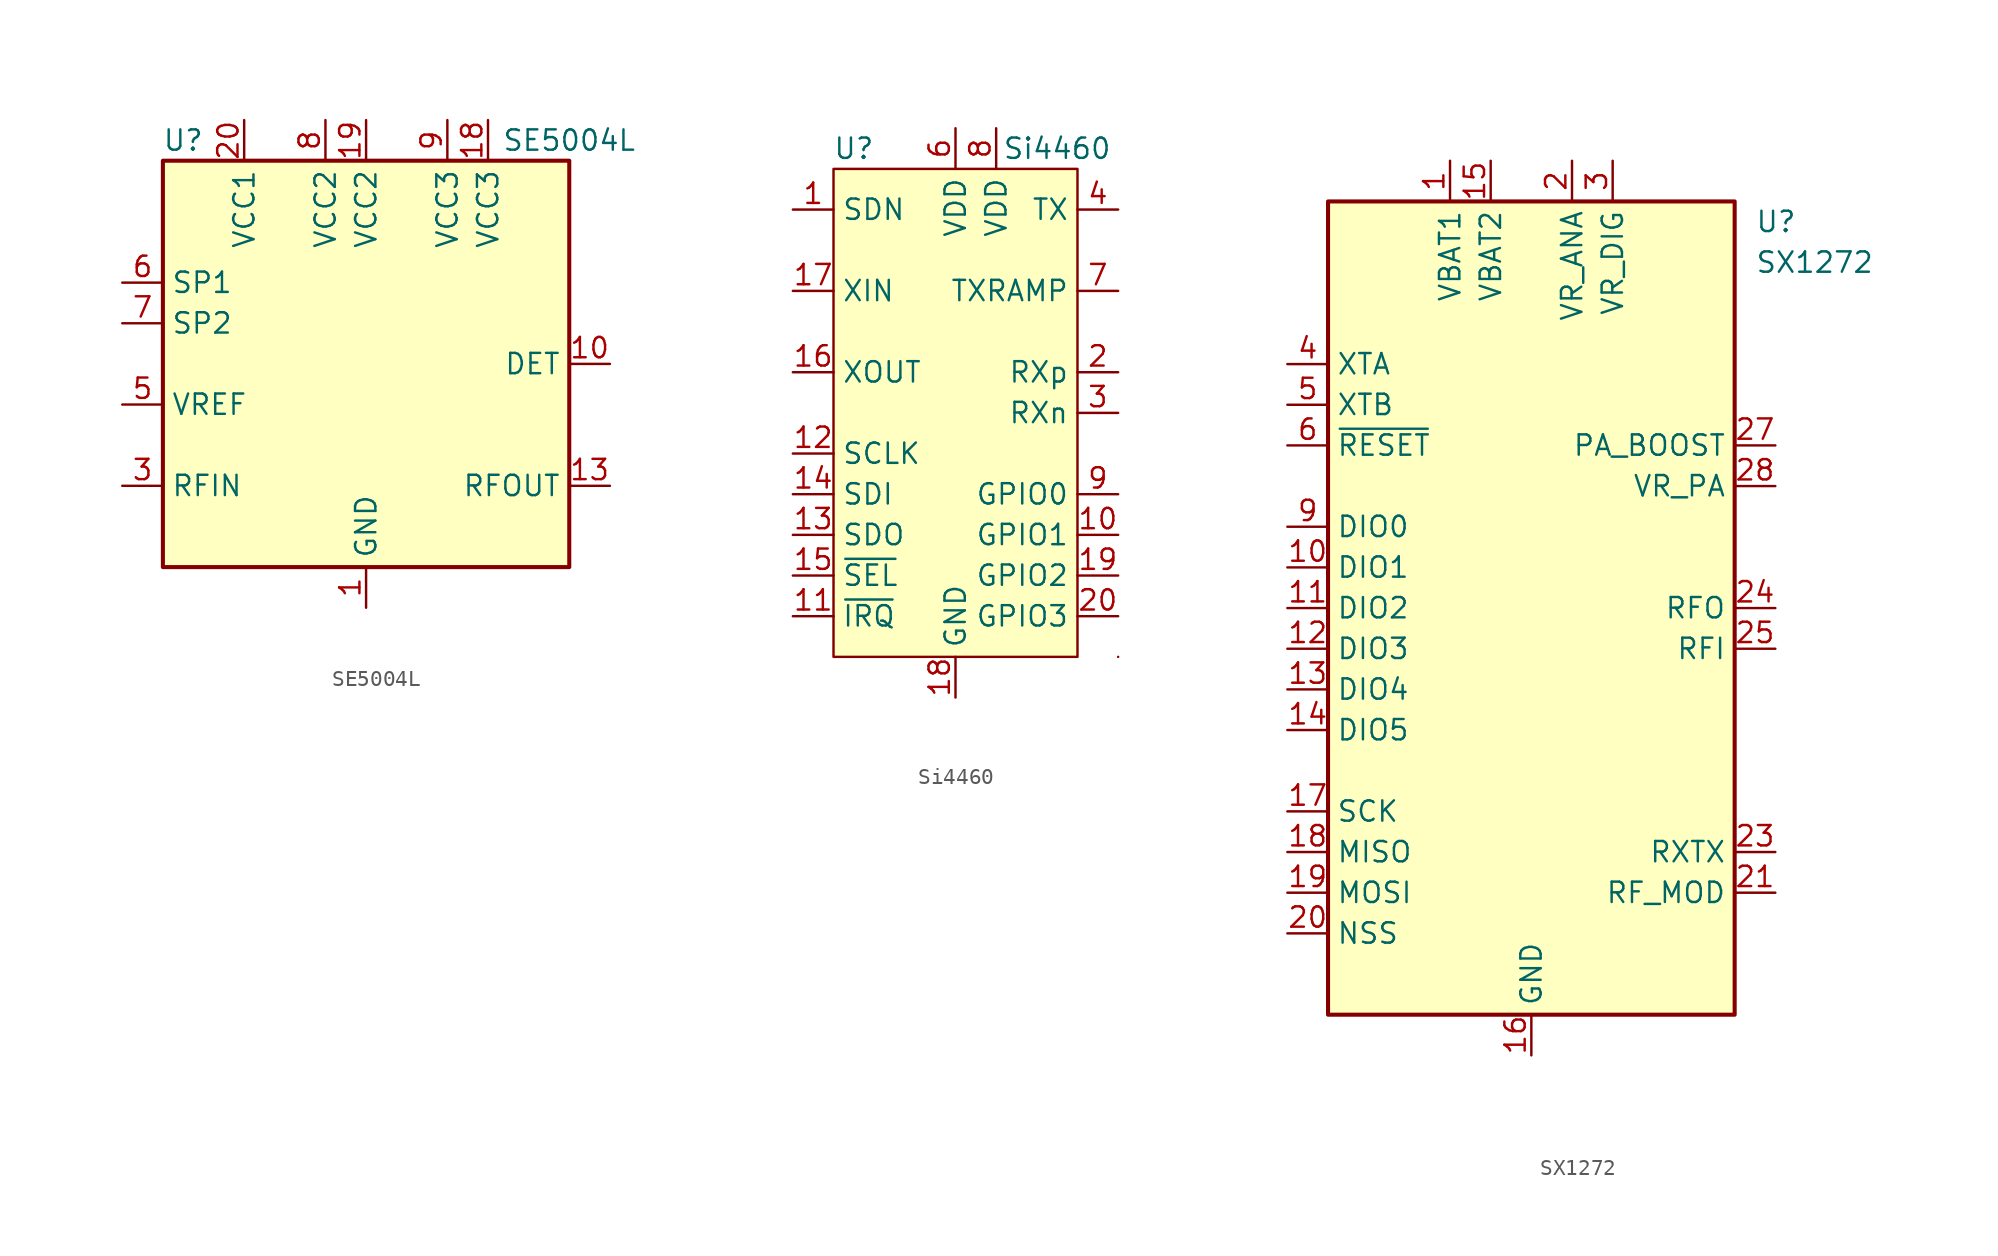
<source format=kicad_sym>
(kicad_symbol_lib
  (version 20201005)
  (generator kicad_symbol_editor)
  (symbol "RF:SE5004L"
    (property "Reference" "U"
      (at -11.43 13.97 0)
      (effects (font (size 1.27 1.27))))
    (property "Value" "SE5004L"
      (at 12.7 13.97 0)
      (effects (font (size 1.27 1.27))))
    (symbol "SE5004L_0_1"
      (rectangle (start -12.7 12.7) (end 12.7 -12.7) (stroke (width 0.254)) (fill (type background))))
    (symbol "SE5004L_1_1"
      (pin power_in line (at 0 -15.24 90) (length 2.54) (name "GND" (effects (font (size 1.27 1.27)))) (number "1" (effects (font (size 1.27 1.27)))))
      (pin output line (at 15.24 0 180) (length 2.54) (name "DET" (effects (font (size 1.27 1.27)))) (number "10" (effects (font (size 1.27 1.27)))))
      (pin passive line (at 0 -15.24 90) (length 2.54) hide (name "GND" (effects (font (size 1.27 1.27)))) (number "11" (effects (font (size 1.27 1.27)))))
      (pin passive line (at 0 -15.24 90) (length 2.54) hide (name "GND" (effects (font (size 1.27 1.27)))) (number "12" (effects (font (size 1.27 1.27)))))
      (pin output line (at 15.24 -7.62 180) (length 2.54) (name "RFOUT" (effects (font (size 1.27 1.27)))) (number "13" (effects (font (size 1.27 1.27)))))
      (pin passive line (at 0 -15.24 90) (length 2.54) hide (name "GND" (effects (font (size 1.27 1.27)))) (number "14" (effects (font (size 1.27 1.27)))))
      (pin passive line (at 0 -15.24 90) (length 2.54) hide (name "GND" (effects (font (size 1.27 1.27)))) (number "15" (effects (font (size 1.27 1.27)))))
      (pin passive line (at 0 -15.24 90) (length 2.54) hide (name "GND" (effects (font (size 1.27 1.27)))) (number "16" (effects (font (size 1.27 1.27)))))
      (pin passive line (at 0 -15.24 90) (length 2.54) hide (name "GND" (effects (font (size 1.27 1.27)))) (number "17" (effects (font (size 1.27 1.27)))))
      (pin power_in line (at 7.62 15.24 270) (length 2.54) (name "VCC3" (effects (font (size 1.27 1.27)))) (number "18" (effects (font (size 1.27 1.27)))))
      (pin power_in line (at 0 15.24 270) (length 2.54) (name "VCC2" (effects (font (size 1.27 1.27)))) (number "19" (effects (font (size 1.27 1.27)))))
      (pin passive line (at 0 -15.24 90) (length 2.54) hide (name "GND" (effects (font (size 1.27 1.27)))) (number "2" (effects (font (size 1.27 1.27)))))
      (pin power_in line (at -7.62 15.24 270) (length 2.54) (name "VCC1" (effects (font (size 1.27 1.27)))) (number "20" (effects (font (size 1.27 1.27)))))
      (pin passive line (at 0 -15.24 90) (length 2.54) hide (name "GND" (effects (font (size 1.27 1.27)))) (number "21" (effects (font (size 1.27 1.27)))))
      (pin input line (at -15.24 -7.62 0) (length 2.54) (name "RFIN" (effects (font (size 1.27 1.27)))) (number "3" (effects (font (size 1.27 1.27)))))
      (pin passive line (at 0 -15.24 90) (length 2.54) hide (name "GND" (effects (font (size 1.27 1.27)))) (number "4" (effects (font (size 1.27 1.27)))))
      (pin input line (at -15.24 -2.54 0) (length 2.54) (name "VREF" (effects (font (size 1.27 1.27)))) (number "5" (effects (font (size 1.27 1.27)))))
      (pin passive line (at -15.24 5.08 0) (length 2.54) (name "SP1" (effects (font (size 1.27 1.27)))) (number "6" (effects (font (size 1.27 1.27)))))
      (pin passive line (at -15.24 2.54 0) (length 2.54) (name "SP2" (effects (font (size 1.27 1.27)))) (number "7" (effects (font (size 1.27 1.27)))))
      (pin power_in line (at -2.54 15.24 270) (length 2.54) (name "VCC2" (effects (font (size 1.27 1.27)))) (number "8" (effects (font (size 1.27 1.27)))))
      (pin power_in line (at 5.08 15.24 270) (length 2.54) (name "VCC3" (effects (font (size 1.27 1.27)))) (number "9" (effects (font (size 1.27 1.27)))))))
  (symbol "RF:Si4460"
    (property "Reference" "U"
      (at -6.35 16.51 0)
      (effects (font (size 1.27 1.27))))
    (property "Value" "Si4460"
      (at 6.35 16.51 0)
      (effects (font (size 1.27 1.27))))
    (symbol "Si4460_0_1"
      (rectangle (start -7.62 15.24) (end 7.62 -15.24) (stroke (width 0)) (fill (type background)))
      (rectangle (start 10.16 -15.24) (end 10.16 -15.24) (stroke (width 0)) (fill (type none))))
    (symbol "Si4460_1_1"
      (pin input line (at -10.16 12.7 0) (length 2.54) (name "SDN" (effects (font (size 1.27 1.27)))) (number "1" (effects (font (size 1.27 1.27)))))
      (pin bidirectional line (at 10.16 -7.62 180) (length 2.54) (name "GPIO1" (effects (font (size 1.27 1.27)))) (number "10" (effects (font (size 1.27 1.27)))))
      (pin open_collector line (at -10.16 -12.7 0) (length 2.54) (name "~IRQ" (effects (font (size 1.27 1.27)))) (number "11" (effects (font (size 1.27 1.27)))))
      (pin input line (at -10.16 -2.54 0) (length 2.54) (name "SCLK" (effects (font (size 1.27 1.27)))) (number "12" (effects (font (size 1.27 1.27)))))
      (pin output line (at -10.16 -7.62 0) (length 2.54) (name "SDO" (effects (font (size 1.27 1.27)))) (number "13" (effects (font (size 1.27 1.27)))))
      (pin input line (at -10.16 -5.08 0) (length 2.54) (name "SDI" (effects (font (size 1.27 1.27)))) (number "14" (effects (font (size 1.27 1.27)))))
      (pin input line (at -10.16 -10.16 0) (length 2.54) (name "~SEL" (effects (font (size 1.27 1.27)))) (number "15" (effects (font (size 1.27 1.27)))))
      (pin passive line (at -10.16 2.54 0) (length 2.54) (name "XOUT" (effects (font (size 1.27 1.27)))) (number "16" (effects (font (size 1.27 1.27)))))
      (pin input line (at -10.16 7.62 0) (length 2.54) (name "XIN" (effects (font (size 1.27 1.27)))) (number "17" (effects (font (size 1.27 1.27)))))
      (pin power_in line (at 0 -17.78 90) (length 2.54) (name "GND" (effects (font (size 1.27 1.27)))) (number "18" (effects (font (size 1.27 1.27)))))
      (pin bidirectional line (at 10.16 -10.16 180) (length 2.54) (name "GPIO2" (effects (font (size 1.27 1.27)))) (number "19" (effects (font (size 1.27 1.27)))))
      (pin input line (at 10.16 2.54 180) (length 2.54) (name "RXp" (effects (font (size 1.27 1.27)))) (number "2" (effects (font (size 1.27 1.27)))))
      (pin bidirectional line (at 10.16 -12.7 180) (length 2.54) (name "GPIO3" (effects (font (size 1.27 1.27)))) (number "20" (effects (font (size 1.27 1.27)))))
      (pin power_in line (at 0 -17.78 90) (length 2.54) hide (name "GND" (effects (font (size 1.27 1.27)))) (number "21" (effects (font (size 1.27 1.27)))))
      (pin input line (at 10.16 0 180) (length 2.54) (name "RXn" (effects (font (size 1.27 1.27)))) (number "3" (effects (font (size 1.27 1.27)))))
      (pin output line (at 10.16 12.7 180) (length 2.54) (name "TX" (effects (font (size 1.27 1.27)))) (number "4" (effects (font (size 1.27 1.27)))))
      (pin no_connect line (at 7.62 -15.24 180) (length 2.54) hide (name "NC" (effects (font (size 1.27 1.27)))) (number "5" (effects (font (size 1.27 1.27)))))
      (pin power_in line (at 0 17.78 270) (length 2.54) (name "VDD" (effects (font (size 1.27 1.27)))) (number "6" (effects (font (size 1.27 1.27)))))
      (pin output line (at 10.16 7.62 180) (length 2.54) (name "TXRAMP" (effects (font (size 1.27 1.27)))) (number "7" (effects (font (size 1.27 1.27)))))
      (pin power_in line (at 2.54 17.78 270) (length 2.54) (name "VDD" (effects (font (size 1.27 1.27)))) (number "8" (effects (font (size 1.27 1.27)))))
      (pin bidirectional line (at 10.16 -5.08 180) (length 2.54) (name "GPIO0" (effects (font (size 1.27 1.27)))) (number "9" (effects (font (size 1.27 1.27)))))))
  (symbol "RF:SX1272"
    (property "Reference" "U"
      (at 13.97 24.13 0)
      (effects (font (size 1.27 1.27)) (justify left)))
    (property "Value" "SX1272"
      (at 13.97 21.59 0)
      (effects (font (size 1.27 1.27)) (justify left)))
    (symbol "SX1272_0_1"
      (rectangle (start -12.7 25.4) (end 12.7 -25.4) (stroke (width 0.254)) (fill (type background))))
    (symbol "SX1272_1_1"
      (pin power_in line (at -5.08 27.94 270) (length 2.54) (name "VBAT1" (effects (font (size 1.27 1.27)))) (number "1" (effects (font (size 1.27 1.27)))))
      (pin bidirectional line (at -15.24 2.54 0) (length 2.54) (name "DIO1" (effects (font (size 1.27 1.27)))) (number "10" (effects (font (size 1.27 1.27)))))
      (pin bidirectional line (at -15.24 0 0) (length 2.54) (name "DIO2" (effects (font (size 1.27 1.27)))) (number "11" (effects (font (size 1.27 1.27)))))
      (pin bidirectional line (at -15.24 -2.54 0) (length 2.54) (name "DIO3" (effects (font (size 1.27 1.27)))) (number "12" (effects (font (size 1.27 1.27)))))
      (pin bidirectional line (at -15.24 -5.08 0) (length 2.54) (name "DIO4" (effects (font (size 1.27 1.27)))) (number "13" (effects (font (size 1.27 1.27)))))
      (pin bidirectional line (at -15.24 -7.62 0) (length 2.54) (name "DIO5" (effects (font (size 1.27 1.27)))) (number "14" (effects (font (size 1.27 1.27)))))
      (pin power_in line (at -2.54 27.94 270) (length 2.54) (name "VBAT2" (effects (font (size 1.27 1.27)))) (number "15" (effects (font (size 1.27 1.27)))))
      (pin power_in line (at 0 -27.94 90) (length 2.54) (name "GND" (effects (font (size 1.27 1.27)))) (number "16" (effects (font (size 1.27 1.27)))))
      (pin input line (at -15.24 -12.7 0) (length 2.54) (name "SCK" (effects (font (size 1.27 1.27)))) (number "17" (effects (font (size 1.27 1.27)))))
      (pin output line (at -15.24 -15.24 0) (length 2.54) (name "MISO" (effects (font (size 1.27 1.27)))) (number "18" (effects (font (size 1.27 1.27)))))
      (pin input line (at -15.24 -17.78 0) (length 2.54) (name "MOSI" (effects (font (size 1.27 1.27)))) (number "19" (effects (font (size 1.27 1.27)))))
      (pin power_in line (at 2.54 27.94 270) (length 2.54) (name "VR_ANA" (effects (font (size 1.27 1.27)))) (number "2" (effects (font (size 1.27 1.27)))))
      (pin input line (at -15.24 -20.32 0) (length 2.54) (name "NSS" (effects (font (size 1.27 1.27)))) (number "20" (effects (font (size 1.27 1.27)))))
      (pin output line (at 15.24 -17.78 180) (length 2.54) (name "RF_MOD" (effects (font (size 1.27 1.27)))) (number "21" (effects (font (size 1.27 1.27)))))
      (pin passive line (at 0 -27.94 90) (length 2.54) hide (name "GND" (effects (font (size 1.27 1.27)))) (number "22" (effects (font (size 1.27 1.27)))))
      (pin output line (at 15.24 -15.24 180) (length 2.54) (name "RXTX" (effects (font (size 1.27 1.27)))) (number "23" (effects (font (size 1.27 1.27)))))
      (pin output line (at 15.24 0 180) (length 2.54) (name "RFO" (effects (font (size 1.27 1.27)))) (number "24" (effects (font (size 1.27 1.27)))))
      (pin input line (at 15.24 -2.54 180) (length 2.54) (name "RFI" (effects (font (size 1.27 1.27)))) (number "25" (effects (font (size 1.27 1.27)))))
      (pin passive line (at 0 -27.94 90) (length 2.54) hide (name "GND" (effects (font (size 1.27 1.27)))) (number "26" (effects (font (size 1.27 1.27)))))
      (pin power_out line (at 15.24 10.16 180) (length 2.54) (name "PA_BOOST" (effects (font (size 1.27 1.27)))) (number "27" (effects (font (size 1.27 1.27)))))
      (pin power_out line (at 15.24 7.62 180) (length 2.54) (name "VR_PA" (effects (font (size 1.27 1.27)))) (number "28" (effects (font (size 1.27 1.27)))))
      (pin passive line (at 0 -27.94 90) (length 2.54) hide (name "GND" (effects (font (size 1.27 1.27)))) (number "29" (effects (font (size 1.27 1.27)))))
      (pin power_in line (at 5.08 27.94 270) (length 2.54) (name "VR_DIG" (effects (font (size 1.27 1.27)))) (number "3" (effects (font (size 1.27 1.27)))))
      (pin bidirectional line (at -15.24 15.24 0) (length 2.54) (name "XTA" (effects (font (size 1.27 1.27)))) (number "4" (effects (font (size 1.27 1.27)))))
      (pin bidirectional line (at -15.24 12.7 0) (length 2.54) (name "XTB" (effects (font (size 1.27 1.27)))) (number "5" (effects (font (size 1.27 1.27)))))
      (pin input line (at -15.24 10.16 0) (length 2.54) (name "~RESET" (effects (font (size 1.27 1.27)))) (number "6" (effects (font (size 1.27 1.27)))))
      (pin no_connect line (at 12.7 -7.62 180) (length 2.54) hide (name "NC" (effects (font (size 1.27 1.27)))) (number "7" (effects (font (size 1.27 1.27)))))
      (pin no_connect line (at 12.7 -5.08 180) (length 2.54) hide (name "NC" (effects (font (size 1.27 1.27)))) (number "8" (effects (font (size 1.27 1.27)))))
      (pin bidirectional line (at -15.24 5.08 0) (length 2.54) (name "DIO0" (effects (font (size 1.27 1.27)))) (number "9" (effects (font (size 1.27 1.27))))))))
</source>
